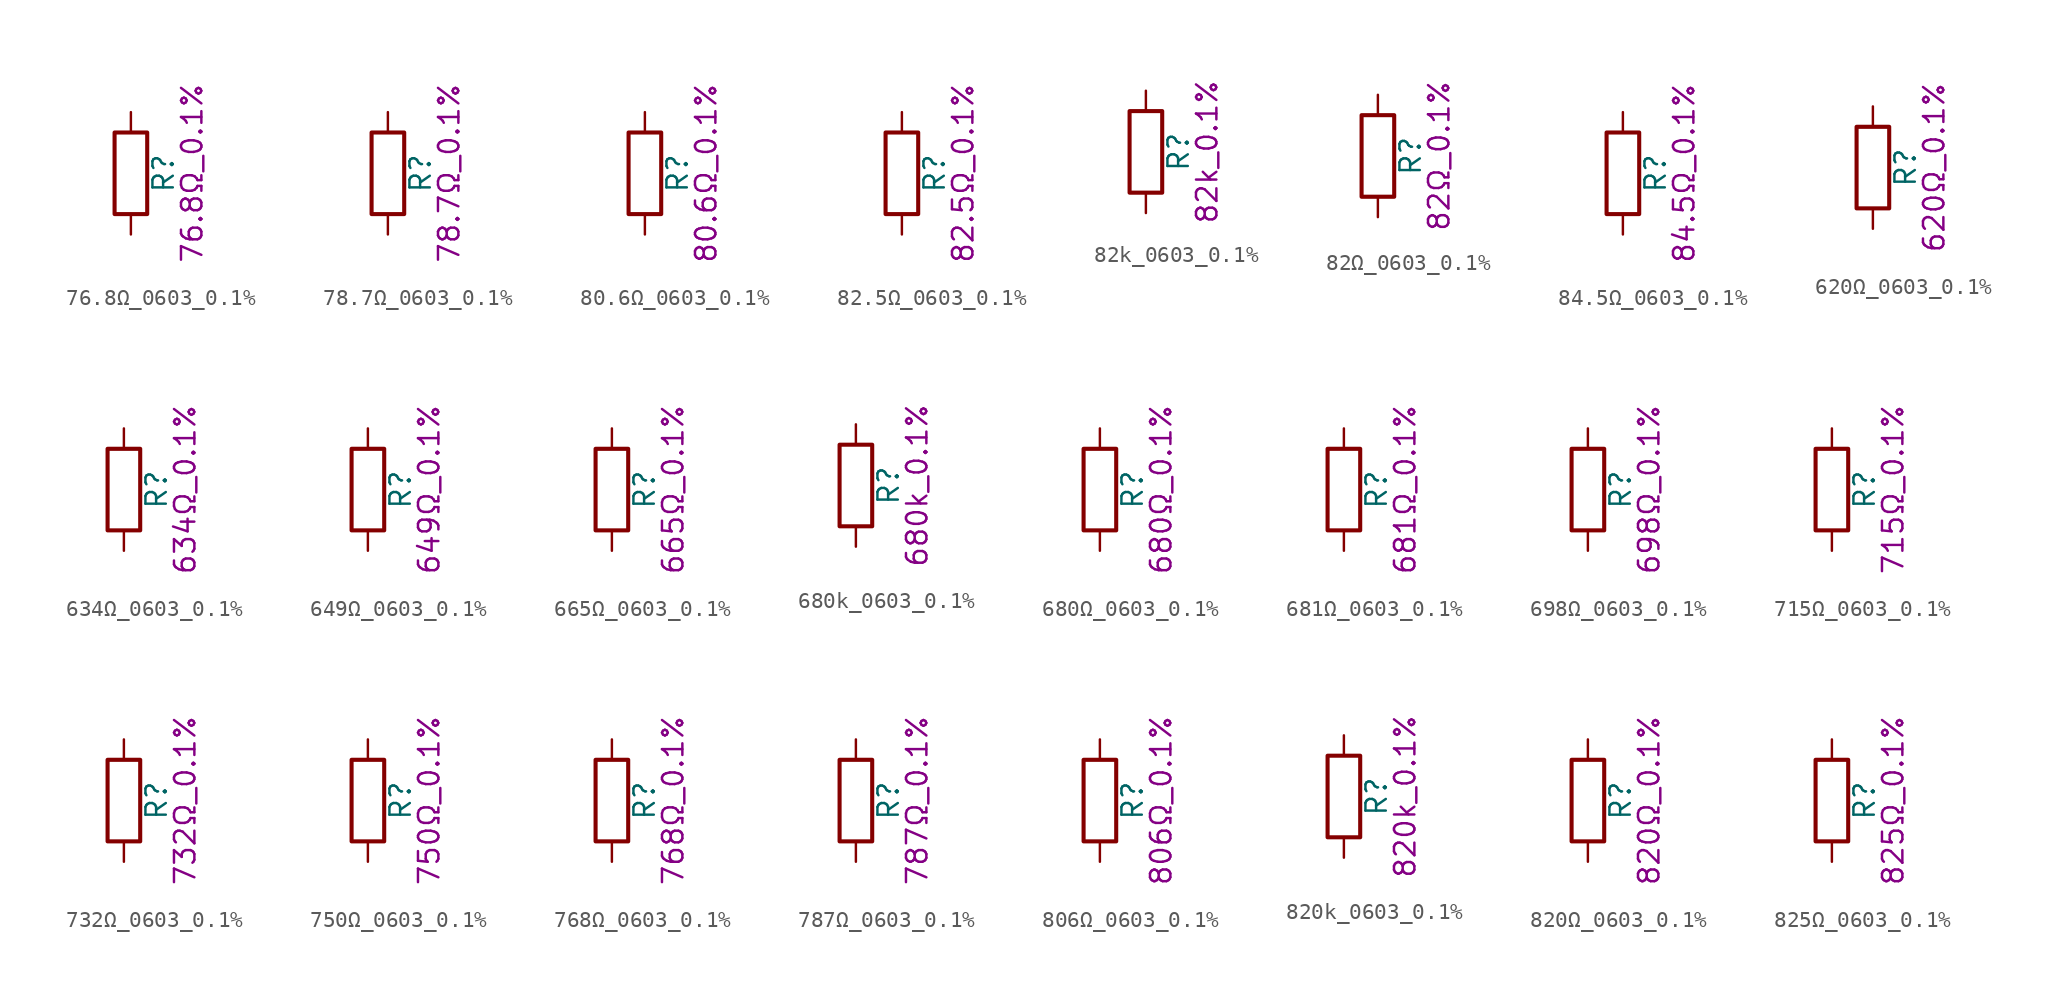
<source format=kicad_sym>
(kicad_symbol_lib
  (version 20211014)
  (generator kicad_symbol_editor)
  (symbol "76.8Ω_0603_0.1%"
    (pin_numbers hide)
    (pin_names
      (offset 0))
    (property "Reference" "R"
      (at 2.032 0 90)
      (effects (font (size 1.27 1.27))))
    (property "Display" "76.8Ω_0.1%"
      (at 3.81 0 90)
      (effects (font (size 1.27 1.27))))
    (symbol "76.8Ω_0603_0.1%_0_1"
      (rectangle (start -1.016 -2.54) (end 1.016 2.54) (stroke (width 0.254) (type default) (color 0 0 0 0)) (fill (type none))))
    (symbol "76.8Ω_0603_0.1%_1_1"
      (pin passive line (at 0 3.81 270) (length 1.27) (name "~" (effects (font (size 1.27 1.27)))) (number "1" (effects (font (size 1.27 1.27)))))
      (pin passive line (at 0 -3.81 90) (length 1.27) (name "~" (effects (font (size 1.27 1.27)))) (number "2" (effects (font (size 1.27 1.27)))))))
  (symbol "78.7Ω_0603_0.1%"
    (pin_numbers hide)
    (pin_names
      (offset 0))
    (property "Reference" "R"
      (at 2.032 0 90)
      (effects (font (size 1.27 1.27))))
    (property "Display" "78.7Ω_0.1%"
      (at 3.81 0 90)
      (effects (font (size 1.27 1.27))))
    (symbol "78.7Ω_0603_0.1%_0_1"
      (rectangle (start -1.016 -2.54) (end 1.016 2.54) (stroke (width 0.254) (type default) (color 0 0 0 0)) (fill (type none))))
    (symbol "78.7Ω_0603_0.1%_1_1"
      (pin passive line (at 0 3.81 270) (length 1.27) (name "~" (effects (font (size 1.27 1.27)))) (number "1" (effects (font (size 1.27 1.27)))))
      (pin passive line (at 0 -3.81 90) (length 1.27) (name "~" (effects (font (size 1.27 1.27)))) (number "2" (effects (font (size 1.27 1.27)))))))
  (symbol "80.6Ω_0603_0.1%"
    (pin_numbers hide)
    (pin_names
      (offset 0))
    (property "Reference" "R"
      (at 2.032 0 90)
      (effects (font (size 1.27 1.27))))
    (property "Display" "80.6Ω_0.1%"
      (at 3.81 0 90)
      (effects (font (size 1.27 1.27))))
    (symbol "80.6Ω_0603_0.1%_0_1"
      (rectangle (start -1.016 -2.54) (end 1.016 2.54) (stroke (width 0.254) (type default) (color 0 0 0 0)) (fill (type none))))
    (symbol "80.6Ω_0603_0.1%_1_1"
      (pin passive line (at 0 3.81 270) (length 1.27) (name "~" (effects (font (size 1.27 1.27)))) (number "1" (effects (font (size 1.27 1.27)))))
      (pin passive line (at 0 -3.81 90) (length 1.27) (name "~" (effects (font (size 1.27 1.27)))) (number "2" (effects (font (size 1.27 1.27)))))))
  (symbol "82.5Ω_0603_0.1%"
    (pin_numbers hide)
    (pin_names
      (offset 0))
    (property "Reference" "R"
      (at 2.032 0 90)
      (effects (font (size 1.27 1.27))))
    (property "Display" "82.5Ω_0.1%"
      (at 3.81 0 90)
      (effects (font (size 1.27 1.27))))
    (symbol "82.5Ω_0603_0.1%_0_1"
      (rectangle (start -1.016 -2.54) (end 1.016 2.54) (stroke (width 0.254) (type default) (color 0 0 0 0)) (fill (type none))))
    (symbol "82.5Ω_0603_0.1%_1_1"
      (pin passive line (at 0 3.81 270) (length 1.27) (name "~" (effects (font (size 1.27 1.27)))) (number "1" (effects (font (size 1.27 1.27)))))
      (pin passive line (at 0 -3.81 90) (length 1.27) (name "~" (effects (font (size 1.27 1.27)))) (number "2" (effects (font (size 1.27 1.27)))))))
  (symbol "82k_0603_0.1%"
    (pin_numbers hide)
    (pin_names
      (offset 0))
    (property "Reference" "R"
      (at 2.032 0 90)
      (effects (font (size 1.27 1.27))))
    (property "Display" "82k_0.1%"
      (at 3.81 0 90)
      (effects (font (size 1.27 1.27))))
    (symbol "82k_0603_0.1%_0_1"
      (rectangle (start -1.016 -2.54) (end 1.016 2.54) (stroke (width 0.254) (type default) (color 0 0 0 0)) (fill (type none))))
    (symbol "82k_0603_0.1%_1_1"
      (pin passive line (at 0 3.81 270) (length 1.27) (name "~" (effects (font (size 1.27 1.27)))) (number "1" (effects (font (size 1.27 1.27)))))
      (pin passive line (at 0 -3.81 90) (length 1.27) (name "~" (effects (font (size 1.27 1.27)))) (number "2" (effects (font (size 1.27 1.27)))))))
  (symbol "82Ω_0603_0.1%"
    (pin_numbers hide)
    (pin_names
      (offset 0))
    (property "Reference" "R"
      (at 2.032 0 90)
      (effects (font (size 1.27 1.27))))
    (property "Display" "82Ω_0.1%"
      (at 3.81 0 90)
      (effects (font (size 1.27 1.27))))
    (symbol "82Ω_0603_0.1%_0_1"
      (rectangle (start -1.016 -2.54) (end 1.016 2.54) (stroke (width 0.254) (type default) (color 0 0 0 0)) (fill (type none))))
    (symbol "82Ω_0603_0.1%_1_1"
      (pin passive line (at 0 3.81 270) (length 1.27) (name "~" (effects (font (size 1.27 1.27)))) (number "1" (effects (font (size 1.27 1.27)))))
      (pin passive line (at 0 -3.81 90) (length 1.27) (name "~" (effects (font (size 1.27 1.27)))) (number "2" (effects (font (size 1.27 1.27)))))))
  (symbol "84.5Ω_0603_0.1%"
    (pin_numbers hide)
    (pin_names
      (offset 0))
    (property "Reference" "R"
      (at 2.032 0 90)
      (effects (font (size 1.27 1.27))))
    (property "Display" "84.5Ω_0.1%"
      (at 3.81 0 90)
      (effects (font (size 1.27 1.27))))
    (symbol "84.5Ω_0603_0.1%_0_1"
      (rectangle (start -1.016 -2.54) (end 1.016 2.54) (stroke (width 0.254) (type default) (color 0 0 0 0)) (fill (type none))))
    (symbol "84.5Ω_0603_0.1%_1_1"
      (pin passive line (at 0 3.81 270) (length 1.27) (name "~" (effects (font (size 1.27 1.27)))) (number "1" (effects (font (size 1.27 1.27)))))
      (pin passive line (at 0 -3.81 90) (length 1.27) (name "~" (effects (font (size 1.27 1.27)))) (number "2" (effects (font (size 1.27 1.27)))))))
  (symbol "620Ω_0603_0.1%"
    (pin_numbers hide)
    (pin_names
      (offset 0))
    (property "Reference" "R"
      (at 2.032 0 90)
      (effects (font (size 1.27 1.27))))
    (property "Display" "620Ω_0.1%"
      (at 3.81 0 90)
      (effects (font (size 1.27 1.27))))
    (symbol "620Ω_0603_0.1%_0_1"
      (rectangle (start -1.016 -2.54) (end 1.016 2.54) (stroke (width 0.254) (type default) (color 0 0 0 0)) (fill (type none))))
    (symbol "620Ω_0603_0.1%_1_1"
      (pin passive line (at 0 3.81 270) (length 1.27) (name "~" (effects (font (size 1.27 1.27)))) (number "1" (effects (font (size 1.27 1.27)))))
      (pin passive line (at 0 -3.81 90) (length 1.27) (name "~" (effects (font (size 1.27 1.27)))) (number "2" (effects (font (size 1.27 1.27)))))))
  (symbol "634Ω_0603_0.1%"
    (pin_numbers hide)
    (pin_names
      (offset 0))
    (property "Reference" "R"
      (at 2.032 0 90)
      (effects (font (size 1.27 1.27))))
    (property "Display" "634Ω_0.1%"
      (at 3.81 0 90)
      (effects (font (size 1.27 1.27))))
    (symbol "634Ω_0603_0.1%_0_1"
      (rectangle (start -1.016 -2.54) (end 1.016 2.54) (stroke (width 0.254) (type default) (color 0 0 0 0)) (fill (type none))))
    (symbol "634Ω_0603_0.1%_1_1"
      (pin passive line (at 0 3.81 270) (length 1.27) (name "~" (effects (font (size 1.27 1.27)))) (number "1" (effects (font (size 1.27 1.27)))))
      (pin passive line (at 0 -3.81 90) (length 1.27) (name "~" (effects (font (size 1.27 1.27)))) (number "2" (effects (font (size 1.27 1.27)))))))
  (symbol "649Ω_0603_0.1%"
    (pin_numbers hide)
    (pin_names
      (offset 0))
    (property "Reference" "R"
      (at 2.032 0 90)
      (effects (font (size 1.27 1.27))))
    (property "Display" "649Ω_0.1%"
      (at 3.81 0 90)
      (effects (font (size 1.27 1.27))))
    (symbol "649Ω_0603_0.1%_0_1"
      (rectangle (start -1.016 -2.54) (end 1.016 2.54) (stroke (width 0.254) (type default) (color 0 0 0 0)) (fill (type none))))
    (symbol "649Ω_0603_0.1%_1_1"
      (pin passive line (at 0 3.81 270) (length 1.27) (name "~" (effects (font (size 1.27 1.27)))) (number "1" (effects (font (size 1.27 1.27)))))
      (pin passive line (at 0 -3.81 90) (length 1.27) (name "~" (effects (font (size 1.27 1.27)))) (number "2" (effects (font (size 1.27 1.27)))))))
  (symbol "665Ω_0603_0.1%"
    (pin_numbers hide)
    (pin_names
      (offset 0))
    (property "Reference" "R"
      (at 2.032 0 90)
      (effects (font (size 1.27 1.27))))
    (property "Display" "665Ω_0.1%"
      (at 3.81 0 90)
      (effects (font (size 1.27 1.27))))
    (symbol "665Ω_0603_0.1%_0_1"
      (rectangle (start -1.016 -2.54) (end 1.016 2.54) (stroke (width 0.254) (type default) (color 0 0 0 0)) (fill (type none))))
    (symbol "665Ω_0603_0.1%_1_1"
      (pin passive line (at 0 3.81 270) (length 1.27) (name "~" (effects (font (size 1.27 1.27)))) (number "1" (effects (font (size 1.27 1.27)))))
      (pin passive line (at 0 -3.81 90) (length 1.27) (name "~" (effects (font (size 1.27 1.27)))) (number "2" (effects (font (size 1.27 1.27)))))))
  (symbol "680k_0603_0.1%"
    (pin_numbers hide)
    (pin_names
      (offset 0))
    (property "Reference" "R"
      (at 2.032 0 90)
      (effects (font (size 1.27 1.27))))
    (property "Display" "680k_0.1%"
      (at 3.81 0 90)
      (effects (font (size 1.27 1.27))))
    (symbol "680k_0603_0.1%_0_1"
      (rectangle (start -1.016 -2.54) (end 1.016 2.54) (stroke (width 0.254) (type default) (color 0 0 0 0)) (fill (type none))))
    (symbol "680k_0603_0.1%_1_1"
      (pin passive line (at 0 3.81 270) (length 1.27) (name "~" (effects (font (size 1.27 1.27)))) (number "1" (effects (font (size 1.27 1.27)))))
      (pin passive line (at 0 -3.81 90) (length 1.27) (name "~" (effects (font (size 1.27 1.27)))) (number "2" (effects (font (size 1.27 1.27)))))))
  (symbol "680Ω_0603_0.1%"
    (pin_numbers hide)
    (pin_names
      (offset 0))
    (property "Reference" "R"
      (at 2.032 0 90)
      (effects (font (size 1.27 1.27))))
    (property "Display" "680Ω_0.1%"
      (at 3.81 0 90)
      (effects (font (size 1.27 1.27))))
    (symbol "680Ω_0603_0.1%_0_1"
      (rectangle (start -1.016 -2.54) (end 1.016 2.54) (stroke (width 0.254) (type default) (color 0 0 0 0)) (fill (type none))))
    (symbol "680Ω_0603_0.1%_1_1"
      (pin passive line (at 0 3.81 270) (length 1.27) (name "~" (effects (font (size 1.27 1.27)))) (number "1" (effects (font (size 1.27 1.27)))))
      (pin passive line (at 0 -3.81 90) (length 1.27) (name "~" (effects (font (size 1.27 1.27)))) (number "2" (effects (font (size 1.27 1.27)))))))
  (symbol "681Ω_0603_0.1%"
    (pin_numbers hide)
    (pin_names
      (offset 0))
    (property "Reference" "R"
      (at 2.032 0 90)
      (effects (font (size 1.27 1.27))))
    (property "Display" "681Ω_0.1%"
      (at 3.81 0 90)
      (effects (font (size 1.27 1.27))))
    (symbol "681Ω_0603_0.1%_0_1"
      (rectangle (start -1.016 -2.54) (end 1.016 2.54) (stroke (width 0.254) (type default) (color 0 0 0 0)) (fill (type none))))
    (symbol "681Ω_0603_0.1%_1_1"
      (pin passive line (at 0 3.81 270) (length 1.27) (name "~" (effects (font (size 1.27 1.27)))) (number "1" (effects (font (size 1.27 1.27)))))
      (pin passive line (at 0 -3.81 90) (length 1.27) (name "~" (effects (font (size 1.27 1.27)))) (number "2" (effects (font (size 1.27 1.27)))))))
  (symbol "698Ω_0603_0.1%"
    (pin_numbers hide)
    (pin_names
      (offset 0))
    (property "Reference" "R"
      (at 2.032 0 90)
      (effects (font (size 1.27 1.27))))
    (property "Display" "698Ω_0.1%"
      (at 3.81 0 90)
      (effects (font (size 1.27 1.27))))
    (symbol "698Ω_0603_0.1%_0_1"
      (rectangle (start -1.016 -2.54) (end 1.016 2.54) (stroke (width 0.254) (type default) (color 0 0 0 0)) (fill (type none))))
    (symbol "698Ω_0603_0.1%_1_1"
      (pin passive line (at 0 3.81 270) (length 1.27) (name "~" (effects (font (size 1.27 1.27)))) (number "1" (effects (font (size 1.27 1.27)))))
      (pin passive line (at 0 -3.81 90) (length 1.27) (name "~" (effects (font (size 1.27 1.27)))) (number "2" (effects (font (size 1.27 1.27)))))))
  (symbol "715Ω_0603_0.1%"
    (pin_numbers hide)
    (pin_names
      (offset 0))
    (property "Reference" "R"
      (at 2.032 0 90)
      (effects (font (size 1.27 1.27))))
    (property "Display" "715Ω_0.1%"
      (at 3.81 0 90)
      (effects (font (size 1.27 1.27))))
    (symbol "715Ω_0603_0.1%_0_1"
      (rectangle (start -1.016 -2.54) (end 1.016 2.54) (stroke (width 0.254) (type default) (color 0 0 0 0)) (fill (type none))))
    (symbol "715Ω_0603_0.1%_1_1"
      (pin passive line (at 0 3.81 270) (length 1.27) (name "~" (effects (font (size 1.27 1.27)))) (number "1" (effects (font (size 1.27 1.27)))))
      (pin passive line (at 0 -3.81 90) (length 1.27) (name "~" (effects (font (size 1.27 1.27)))) (number "2" (effects (font (size 1.27 1.27)))))))
  (symbol "732Ω_0603_0.1%"
    (pin_numbers hide)
    (pin_names
      (offset 0))
    (property "Reference" "R"
      (at 2.032 0 90)
      (effects (font (size 1.27 1.27))))
    (property "Display" "732Ω_0.1%"
      (at 3.81 0 90)
      (effects (font (size 1.27 1.27))))
    (symbol "732Ω_0603_0.1%_0_1"
      (rectangle (start -1.016 -2.54) (end 1.016 2.54) (stroke (width 0.254) (type default) (color 0 0 0 0)) (fill (type none))))
    (symbol "732Ω_0603_0.1%_1_1"
      (pin passive line (at 0 3.81 270) (length 1.27) (name "~" (effects (font (size 1.27 1.27)))) (number "1" (effects (font (size 1.27 1.27)))))
      (pin passive line (at 0 -3.81 90) (length 1.27) (name "~" (effects (font (size 1.27 1.27)))) (number "2" (effects (font (size 1.27 1.27)))))))
  (symbol "750Ω_0603_0.1%"
    (pin_numbers hide)
    (pin_names
      (offset 0))
    (property "Reference" "R"
      (at 2.032 0 90)
      (effects (font (size 1.27 1.27))))
    (property "Display" "750Ω_0.1%"
      (at 3.81 0 90)
      (effects (font (size 1.27 1.27))))
    (symbol "750Ω_0603_0.1%_0_1"
      (rectangle (start -1.016 -2.54) (end 1.016 2.54) (stroke (width 0.254) (type default) (color 0 0 0 0)) (fill (type none))))
    (symbol "750Ω_0603_0.1%_1_1"
      (pin passive line (at 0 3.81 270) (length 1.27) (name "~" (effects (font (size 1.27 1.27)))) (number "1" (effects (font (size 1.27 1.27)))))
      (pin passive line (at 0 -3.81 90) (length 1.27) (name "~" (effects (font (size 1.27 1.27)))) (number "2" (effects (font (size 1.27 1.27)))))))
  (symbol "768Ω_0603_0.1%"
    (pin_numbers hide)
    (pin_names
      (offset 0))
    (property "Reference" "R"
      (at 2.032 0 90)
      (effects (font (size 1.27 1.27))))
    (property "Display" "768Ω_0.1%"
      (at 3.81 0 90)
      (effects (font (size 1.27 1.27))))
    (symbol "768Ω_0603_0.1%_0_1"
      (rectangle (start -1.016 -2.54) (end 1.016 2.54) (stroke (width 0.254) (type default) (color 0 0 0 0)) (fill (type none))))
    (symbol "768Ω_0603_0.1%_1_1"
      (pin passive line (at 0 3.81 270) (length 1.27) (name "~" (effects (font (size 1.27 1.27)))) (number "1" (effects (font (size 1.27 1.27)))))
      (pin passive line (at 0 -3.81 90) (length 1.27) (name "~" (effects (font (size 1.27 1.27)))) (number "2" (effects (font (size 1.27 1.27)))))))
  (symbol "787Ω_0603_0.1%"
    (pin_numbers hide)
    (pin_names
      (offset 0))
    (property "Reference" "R"
      (at 2.032 0 90)
      (effects (font (size 1.27 1.27))))
    (property "Display" "787Ω_0.1%"
      (at 3.81 0 90)
      (effects (font (size 1.27 1.27))))
    (symbol "787Ω_0603_0.1%_0_1"
      (rectangle (start -1.016 -2.54) (end 1.016 2.54) (stroke (width 0.254) (type default) (color 0 0 0 0)) (fill (type none))))
    (symbol "787Ω_0603_0.1%_1_1"
      (pin passive line (at 0 3.81 270) (length 1.27) (name "~" (effects (font (size 1.27 1.27)))) (number "1" (effects (font (size 1.27 1.27)))))
      (pin passive line (at 0 -3.81 90) (length 1.27) (name "~" (effects (font (size 1.27 1.27)))) (number "2" (effects (font (size 1.27 1.27)))))))
  (symbol "806Ω_0603_0.1%"
    (pin_numbers hide)
    (pin_names
      (offset 0))
    (property "Reference" "R"
      (at 2.032 0 90)
      (effects (font (size 1.27 1.27))))
    (property "Display" "806Ω_0.1%"
      (at 3.81 0 90)
      (effects (font (size 1.27 1.27))))
    (symbol "806Ω_0603_0.1%_0_1"
      (rectangle (start -1.016 -2.54) (end 1.016 2.54) (stroke (width 0.254) (type default) (color 0 0 0 0)) (fill (type none))))
    (symbol "806Ω_0603_0.1%_1_1"
      (pin passive line (at 0 3.81 270) (length 1.27) (name "~" (effects (font (size 1.27 1.27)))) (number "1" (effects (font (size 1.27 1.27)))))
      (pin passive line (at 0 -3.81 90) (length 1.27) (name "~" (effects (font (size 1.27 1.27)))) (number "2" (effects (font (size 1.27 1.27)))))))
  (symbol "820k_0603_0.1%"
    (pin_numbers hide)
    (pin_names
      (offset 0))
    (property "Reference" "R"
      (at 2.032 0 90)
      (effects (font (size 1.27 1.27))))
    (property "Display" "820k_0.1%"
      (at 3.81 0 90)
      (effects (font (size 1.27 1.27))))
    (symbol "820k_0603_0.1%_0_1"
      (rectangle (start -1.016 -2.54) (end 1.016 2.54) (stroke (width 0.254) (type default) (color 0 0 0 0)) (fill (type none))))
    (symbol "820k_0603_0.1%_1_1"
      (pin passive line (at 0 3.81 270) (length 1.27) (name "~" (effects (font (size 1.27 1.27)))) (number "1" (effects (font (size 1.27 1.27)))))
      (pin passive line (at 0 -3.81 90) (length 1.27) (name "~" (effects (font (size 1.27 1.27)))) (number "2" (effects (font (size 1.27 1.27)))))))
  (symbol "820Ω_0603_0.1%"
    (pin_numbers hide)
    (pin_names
      (offset 0))
    (property "Reference" "R"
      (at 2.032 0 90)
      (effects (font (size 1.27 1.27))))
    (property "Display" "820Ω_0.1%"
      (at 3.81 0 90)
      (effects (font (size 1.27 1.27))))
    (symbol "820Ω_0603_0.1%_0_1"
      (rectangle (start -1.016 -2.54) (end 1.016 2.54) (stroke (width 0.254) (type default) (color 0 0 0 0)) (fill (type none))))
    (symbol "820Ω_0603_0.1%_1_1"
      (pin passive line (at 0 3.81 270) (length 1.27) (name "~" (effects (font (size 1.27 1.27)))) (number "1" (effects (font (size 1.27 1.27)))))
      (pin passive line (at 0 -3.81 90) (length 1.27) (name "~" (effects (font (size 1.27 1.27)))) (number "2" (effects (font (size 1.27 1.27)))))))
  (symbol "825Ω_0603_0.1%"
    (pin_numbers hide)
    (pin_names
      (offset 0))
    (property "Reference" "R"
      (at 2.032 0 90)
      (effects (font (size 1.27 1.27))))
    (property "Display" "825Ω_0.1%"
      (at 3.81 0 90)
      (effects (font (size 1.27 1.27))))
    (symbol "825Ω_0603_0.1%_0_1"
      (rectangle (start -1.016 -2.54) (end 1.016 2.54) (stroke (width 0.254) (type default) (color 0 0 0 0)) (fill (type none))))
    (symbol "825Ω_0603_0.1%_1_1"
      (pin passive line (at 0 3.81 270) (length 1.27) (name "~" (effects (font (size 1.27 1.27)))) (number "1" (effects (font (size 1.27 1.27)))))
      (pin passive line (at 0 -3.81 90) (length 1.27) (name "~" (effects (font (size 1.27 1.27)))) (number "2" (effects (font (size 1.27 1.27))))))))
</source>
